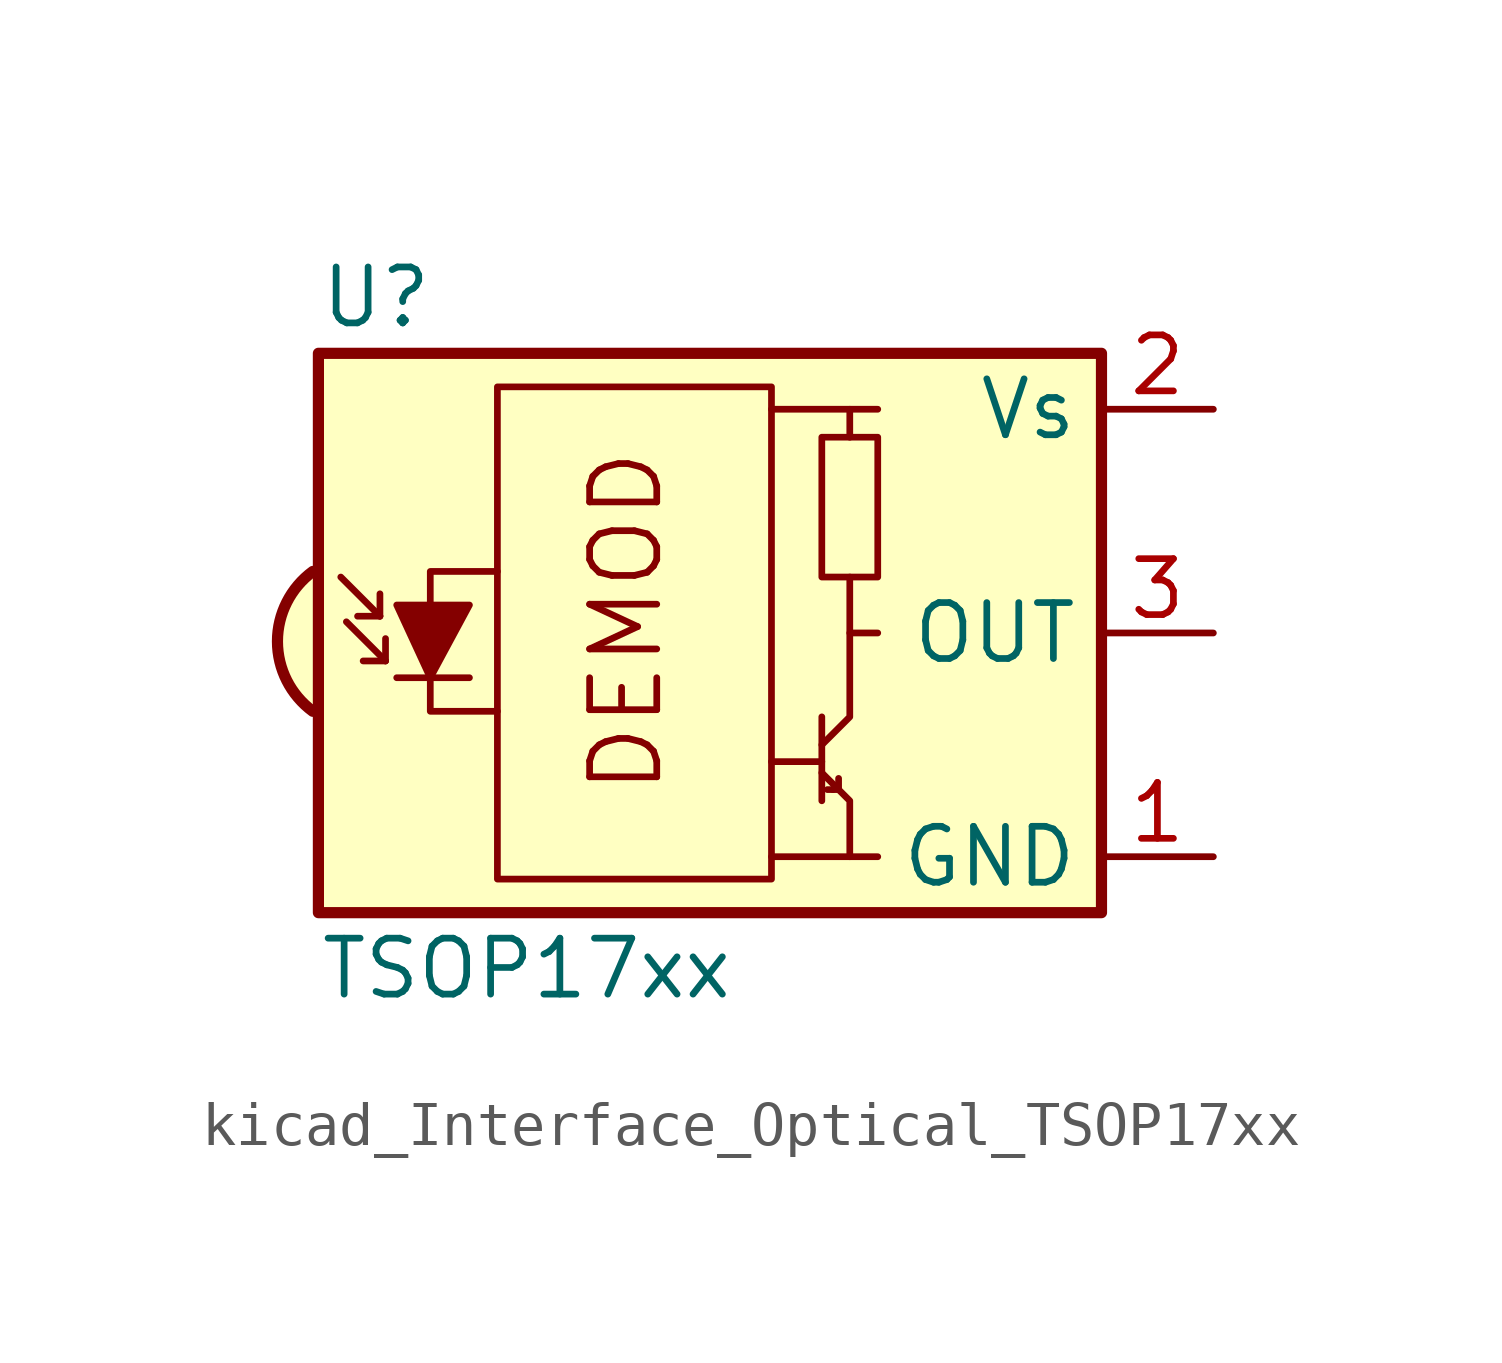
<source format=kicad_sym>
(kicad_symbol_lib
  (version 20220914)
  (generator kicad_symbol_editor)
  (symbol "kicad_Interface_Optical_TSOP17xx"
    (property "Reference" "U"
      (at -10.16 7.62 0)
      (effects (font (size 1.27 1.27)) (justify left)))
    (property "Value" "TSOP17xx"
      (at -10.16 -7.62 0)
      (effects (font (size 1.27 1.27)) (justify left)))
    (symbol "kicad_Interface_Optical_TSOP17xx_0_0"
      (arc (start -10.287 1.397) (mid -11.0899 -0.1852) (end -10.287 -1.778) (stroke (width 0.254) (type default)) (fill (type background)))
      (polyline (pts (xy 1.905 -5.08) (xy 0.127 -5.08)) (stroke (width 0) (type default)) (fill (type none)))
      (polyline (pts (xy 1.905 5.08) (xy 0.127 5.08)) (stroke (width 0) (type default)) (fill (type none)))
      (text "DEMOD" (at -3.175 0.254 900) (effects (font (size 1.524 1.524)))))
    (symbol "kicad_Interface_Optical_TSOP17xx_0_1"
      (rectangle (start -6.096 5.588) (end 0.127 -5.588) (stroke (width 0) (type default)) (fill (type none)))
      (polyline (pts (xy -8.763 0.381) (xy -9.652 1.27)) (stroke (width 0) (type default)) (fill (type none)))
      (polyline (pts (xy -8.763 0.381) (xy -9.271 0.381)) (stroke (width 0) (type default)) (fill (type none)))
      (polyline (pts (xy -8.763 0.381) (xy -8.763 0.889)) (stroke (width 0) (type default)) (fill (type none)))
      (polyline (pts (xy -8.636 -0.635) (xy -9.525 0.254)) (stroke (width 0) (type default)) (fill (type none)))
      (polyline (pts (xy -8.636 -0.635) (xy -9.144 -0.635)) (stroke (width 0) (type default)) (fill (type none)))
      (polyline (pts (xy -8.636 -0.635) (xy -8.636 -0.127)) (stroke (width 0) (type default)) (fill (type none)))
      (polyline (pts (xy -8.382 -1.016) (xy -6.731 -1.016)) (stroke (width 0) (type default)) (fill (type none)))
      (polyline (pts (xy 1.27 -2.921) (xy 0.127 -2.921)) (stroke (width 0) (type default)) (fill (type none)))
      (polyline (pts (xy 1.27 -1.905) (xy 1.27 -3.81)) (stroke (width 0) (type default)) (fill (type none)))
      (polyline (pts (xy 1.397 -3.556) (xy 1.524 -3.556)) (stroke (width 0) (type default)) (fill (type none)))
      (polyline (pts (xy 1.651 -3.556) (xy 1.524 -3.556)) (stroke (width 0) (type default)) (fill (type none)))
      (polyline (pts (xy 1.651 -3.556) (xy 1.651 -3.302)) (stroke (width 0) (type default)) (fill (type none)))
      (polyline (pts (xy 1.905 0) (xy 1.905 1.27)) (stroke (width 0) (type default)) (fill (type none)))
      (polyline (pts (xy 1.905 4.445) (xy 1.905 5.08) (xy 2.54 5.08)) (stroke (width 0) (type default)) (fill (type none)))
      (polyline (pts (xy -8.382 0.635) (xy -6.731 0.635) (xy -7.62 -1.016) (xy -8.382 0.635)) (stroke (width 0) (type default)) (fill (type outline)))
      (polyline (pts (xy -6.096 1.397) (xy -7.62 1.397) (xy -7.62 -1.778) (xy -6.096 -1.778)) (stroke (width 0) (type default)) (fill (type none)))
      (polyline (pts (xy 1.27 -3.175) (xy 1.905 -3.81) (xy 1.905 -5.08) (xy 2.54 -5.08)) (stroke (width 0) (type default)) (fill (type none)))
      (polyline (pts (xy 1.27 -2.54) (xy 1.905 -1.905) (xy 1.905 0) (xy 2.54 0)) (stroke (width 0) (type default)) (fill (type none)))
      (rectangle (start 2.54 1.27) (end 1.27 4.445) (stroke (width 0) (type default)) (fill (type none)))
      (rectangle (start 7.62 6.35) (end -10.16 -6.35) (stroke (width 0.254) (type default)) (fill (type background))))
    (symbol "kicad_Interface_Optical_TSOP17xx_1_1"
      (pin power_in line (at 10.16 -5.08 180) (length 2.54) (name "GND" (effects (font (size 1.27 1.27)))) (number "1" (effects (font (size 1.27 1.27)))))
      (pin power_in line (at 10.16 5.08 180) (length 2.54) (name "Vs" (effects (font (size 1.27 1.27)))) (number "2" (effects (font (size 1.27 1.27)))))
      (pin output line (at 10.16 0 180) (length 2.54) (name "OUT" (effects (font (size 1.27 1.27)))) (number "3" (effects (font (size 1.27 1.27))))))))
</source>
